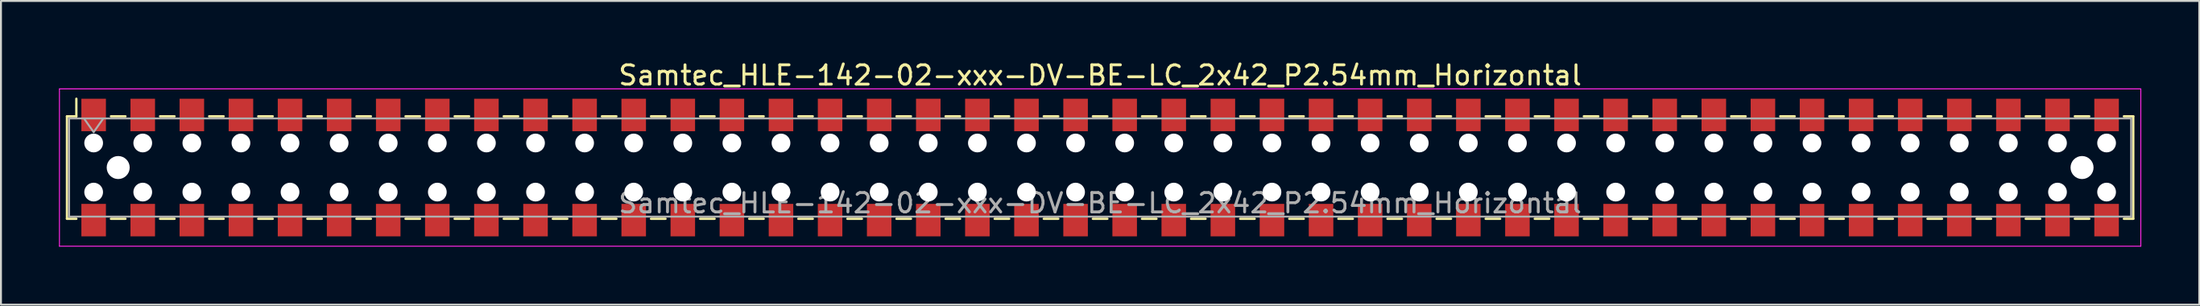
<source format=kicad_pcb>
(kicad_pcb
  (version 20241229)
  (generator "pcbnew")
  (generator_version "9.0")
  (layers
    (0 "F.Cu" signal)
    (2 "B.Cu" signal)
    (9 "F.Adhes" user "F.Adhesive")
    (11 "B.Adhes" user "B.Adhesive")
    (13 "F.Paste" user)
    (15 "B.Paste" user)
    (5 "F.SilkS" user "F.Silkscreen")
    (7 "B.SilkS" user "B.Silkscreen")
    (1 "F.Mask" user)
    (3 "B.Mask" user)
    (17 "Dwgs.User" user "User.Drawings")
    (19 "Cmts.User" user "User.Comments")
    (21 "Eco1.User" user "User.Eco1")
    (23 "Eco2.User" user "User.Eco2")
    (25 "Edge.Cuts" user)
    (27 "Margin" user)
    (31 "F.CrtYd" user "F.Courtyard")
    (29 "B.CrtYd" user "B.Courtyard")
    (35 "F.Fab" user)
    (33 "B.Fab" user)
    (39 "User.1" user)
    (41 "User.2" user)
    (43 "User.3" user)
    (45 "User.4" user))
  (footprint "Samtec_HLE-142-02-xxx-DV-BE-LC_2x42_P2.54mm_Horizontal"
    (layer "F.Cu")
    (at 53.865 5.618)
    (property "Reference" "Samtec_HLE-142-02-xxx-DV-BE-LC_2x42_P2.54mm_Horizontal" (at 0 -4.77 0) (layer "F.SilkS") (effects (font (size 1 1) (thickness 0.15))))
    (attr smd)
    (fp_line (start -53.45 -2.65) (end -53.45 2.65) (stroke (width 0.12) (type solid)) (layer "F.SilkS"))
    (fp_line (start -53.45 2.65) (end -52.965 2.65) (stroke (width 0.12) (type solid)) (layer "F.SilkS"))
    (fp_line (start -52.965 -3.56) (end -52.965 -2.65) (stroke (width 0.12) (type solid)) (layer "F.SilkS"))
    (fp_line (start -52.965 -2.65) (end -53.45 -2.65) (stroke (width 0.12) (type solid)) (layer "F.SilkS"))
    (fp_line (start -51.175 -2.65) (end -50.425 -2.65) (stroke (width 0.12) (type solid)) (layer "F.SilkS"))
    (fp_line (start -51.175 2.65) (end -50.425 2.65) (stroke (width 0.12) (type solid)) (layer "F.SilkS"))
    (fp_line (start -48.635 -2.65) (end -47.885 -2.65) (stroke (width 0.12) (type solid)) (layer "F.SilkS"))
    (fp_line (start -48.635 2.65) (end -47.885 2.65) (stroke (width 0.12) (type solid)) (layer "F.SilkS"))
    (fp_line (start -46.095 -2.65) (end -45.345 -2.65) (stroke (width 0.12) (type solid)) (layer "F.SilkS"))
    (fp_line (start -46.095 2.65) (end -45.345 2.65) (stroke (width 0.12) (type solid)) (layer "F.SilkS"))
    (fp_line (start -43.555 -2.65) (end -42.805 -2.65) (stroke (width 0.12) (type solid)) (layer "F.SilkS"))
    (fp_line (start -43.555 2.65) (end -42.805 2.65) (stroke (width 0.12) (type solid)) (layer "F.SilkS"))
    (fp_line (start -41.015 -2.65) (end -40.265 -2.65) (stroke (width 0.12) (type solid)) (layer "F.SilkS"))
    (fp_line (start -41.015 2.65) (end -40.265 2.65) (stroke (width 0.12) (type solid)) (layer "F.SilkS"))
    (fp_line (start -38.475 -2.65) (end -37.725 -2.65) (stroke (width 0.12) (type solid)) (layer "F.SilkS"))
    (fp_line (start -38.475 2.65) (end -37.725 2.65) (stroke (width 0.12) (type solid)) (layer "F.SilkS"))
    (fp_line (start -35.935 -2.65) (end -35.185 -2.65) (stroke (width 0.12) (type solid)) (layer "F.SilkS"))
    (fp_line (start -35.935 2.65) (end -35.185 2.65) (stroke (width 0.12) (type solid)) (layer "F.SilkS"))
    (fp_line (start -33.395 -2.65) (end -32.645 -2.65) (stroke (width 0.12) (type solid)) (layer "F.SilkS"))
    (fp_line (start -33.395 2.65) (end -32.645 2.65) (stroke (width 0.12) (type solid)) (layer "F.SilkS"))
    (fp_line (start -30.855 -2.65) (end -30.105 -2.65) (stroke (width 0.12) (type solid)) (layer "F.SilkS"))
    (fp_line (start -30.855 2.65) (end -30.105 2.65) (stroke (width 0.12) (type solid)) (layer "F.SilkS"))
    (fp_line (start -28.315 -2.65) (end -27.565 -2.65) (stroke (width 0.12) (type solid)) (layer "F.SilkS"))
    (fp_line (start -28.315 2.65) (end -27.565 2.65) (stroke (width 0.12) (type solid)) (layer "F.SilkS"))
    (fp_line (start -25.775 -2.65) (end -25.025 -2.65) (stroke (width 0.12) (type solid)) (layer "F.SilkS"))
    (fp_line (start -25.775 2.65) (end -25.025 2.65) (stroke (width 0.12) (type solid)) (layer "F.SilkS"))
    (fp_line (start -23.235 -2.65) (end -22.485 -2.65) (stroke (width 0.12) (type solid)) (layer "F.SilkS"))
    (fp_line (start -23.235 2.65) (end -22.485 2.65) (stroke (width 0.12) (type solid)) (layer "F.SilkS"))
    (fp_line (start -20.695 -2.65) (end -19.945 -2.65) (stroke (width 0.12) (type solid)) (layer "F.SilkS"))
    (fp_line (start -20.695 2.65) (end -19.945 2.65) (stroke (width 0.12) (type solid)) (layer "F.SilkS"))
    (fp_line (start -18.155 -2.65) (end -17.405 -2.65) (stroke (width 0.12) (type solid)) (layer "F.SilkS"))
    (fp_line (start -18.155 2.65) (end -17.405 2.65) (stroke (width 0.12) (type solid)) (layer "F.SilkS"))
    (fp_line (start -15.615 -2.65) (end -14.865 -2.65) (stroke (width 0.12) (type solid)) (layer "F.SilkS"))
    (fp_line (start -15.615 2.65) (end -14.865 2.65) (stroke (width 0.12) (type solid)) (layer "F.SilkS"))
    (fp_line (start -13.075 -2.65) (end -12.325 -2.65) (stroke (width 0.12) (type solid)) (layer "F.SilkS"))
    (fp_line (start -13.075 2.65) (end -12.325 2.65) (stroke (width 0.12) (type solid)) (layer "F.SilkS"))
    (fp_line (start -10.535 -2.65) (end -9.785 -2.65) (stroke (width 0.12) (type solid)) (layer "F.SilkS"))
    (fp_line (start -10.535 2.65) (end -9.785 2.65) (stroke (width 0.12) (type solid)) (layer "F.SilkS"))
    (fp_line (start -7.995 -2.65) (end -7.245 -2.65) (stroke (width 0.12) (type solid)) (layer "F.SilkS"))
    (fp_line (start -7.995 2.65) (end -7.245 2.65) (stroke (width 0.12) (type solid)) (layer "F.SilkS"))
    (fp_line (start -5.455 -2.65) (end -4.705 -2.65) (stroke (width 0.12) (type solid)) (layer "F.SilkS"))
    (fp_line (start -5.455 2.65) (end -4.705 2.65) (stroke (width 0.12) (type solid)) (layer "F.SilkS"))
    (fp_line (start -2.915 -2.65) (end -2.165 -2.65) (stroke (width 0.12) (type solid)) (layer "F.SilkS"))
    (fp_line (start -2.915 2.65) (end -2.165 2.65) (stroke (width 0.12) (type solid)) (layer "F.SilkS"))
    (fp_line (start -0.375 -2.65) (end 0.375 -2.65) (stroke (width 0.12) (type solid)) (layer "F.SilkS"))
    (fp_line (start -0.375 2.65) (end 0.375 2.65) (stroke (width 0.12) (type solid)) (layer "F.SilkS"))
    (fp_line (start 2.165 -2.65) (end 2.915 -2.65) (stroke (width 0.12) (type solid)) (layer "F.SilkS"))
    (fp_line (start 2.165 2.65) (end 2.915 2.65) (stroke (width 0.12) (type solid)) (layer "F.SilkS"))
    (fp_line (start 4.705 -2.65) (end 5.455 -2.65) (stroke (width 0.12) (type solid)) (layer "F.SilkS"))
    (fp_line (start 4.705 2.65) (end 5.455 2.65) (stroke (width 0.12) (type solid)) (layer "F.SilkS"))
    (fp_line (start 7.245 -2.65) (end 7.995 -2.65) (stroke (width 0.12) (type solid)) (layer "F.SilkS"))
    (fp_line (start 7.245 2.65) (end 7.995 2.65) (stroke (width 0.12) (type solid)) (layer "F.SilkS"))
    (fp_line (start 9.785 -2.65) (end 10.535 -2.65) (stroke (width 0.12) (type solid)) (layer "F.SilkS"))
    (fp_line (start 9.785 2.65) (end 10.535 2.65) (stroke (width 0.12) (type solid)) (layer "F.SilkS"))
    (fp_line (start 12.325 -2.65) (end 13.075 -2.65) (stroke (width 0.12) (type solid)) (layer "F.SilkS"))
    (fp_line (start 12.325 2.65) (end 13.075 2.65) (stroke (width 0.12) (type solid)) (layer "F.SilkS"))
    (fp_line (start 14.865 -2.65) (end 15.615 -2.65) (stroke (width 0.12) (type solid)) (layer "F.SilkS"))
    (fp_line (start 14.865 2.65) (end 15.615 2.65) (stroke (width 0.12) (type solid)) (layer "F.SilkS"))
    (fp_line (start 17.405 -2.65) (end 18.155 -2.65) (stroke (width 0.12) (type solid)) (layer "F.SilkS"))
    (fp_line (start 17.405 2.65) (end 18.155 2.65) (stroke (width 0.12) (type solid)) (layer "F.SilkS"))
    (fp_line (start 19.945 -2.65) (end 20.695 -2.65) (stroke (width 0.12) (type solid)) (layer "F.SilkS"))
    (fp_line (start 19.945 2.65) (end 20.695 2.65) (stroke (width 0.12) (type solid)) (layer "F.SilkS"))
    (fp_line (start 22.485 -2.65) (end 23.235 -2.65) (stroke (width 0.12) (type solid)) (layer "F.SilkS"))
    (fp_line (start 22.485 2.65) (end 23.235 2.65) (stroke (width 0.12) (type solid)) (layer "F.SilkS"))
    (fp_line (start 25.025 -2.65) (end 25.775 -2.65) (stroke (width 0.12) (type solid)) (layer "F.SilkS"))
    (fp_line (start 25.025 2.65) (end 25.775 2.65) (stroke (width 0.12) (type solid)) (layer "F.SilkS"))
    (fp_line (start 27.565 -2.65) (end 28.315 -2.65) (stroke (width 0.12) (type solid)) (layer "F.SilkS"))
    (fp_line (start 27.565 2.65) (end 28.315 2.65) (stroke (width 0.12) (type solid)) (layer "F.SilkS"))
    (fp_line (start 30.105 -2.65) (end 30.855 -2.65) (stroke (width 0.12) (type solid)) (layer "F.SilkS"))
    (fp_line (start 30.105 2.65) (end 30.855 2.65) (stroke (width 0.12) (type solid)) (layer "F.SilkS"))
    (fp_line (start 32.645 -2.65) (end 33.395 -2.65) (stroke (width 0.12) (type solid)) (layer "F.SilkS"))
    (fp_line (start 32.645 2.65) (end 33.395 2.65) (stroke (width 0.12) (type solid)) (layer "F.SilkS"))
    (fp_line (start 35.185 -2.65) (end 35.935 -2.65) (stroke (width 0.12) (type solid)) (layer "F.SilkS"))
    (fp_line (start 35.185 2.65) (end 35.935 2.65) (stroke (width 0.12) (type solid)) (layer "F.SilkS"))
    (fp_line (start 37.725 -2.65) (end 38.475 -2.65) (stroke (width 0.12) (type solid)) (layer "F.SilkS"))
    (fp_line (start 37.725 2.65) (end 38.475 2.65) (stroke (width 0.12) (type solid)) (layer "F.SilkS"))
    (fp_line (start 40.265 -2.65) (end 41.015 -2.65) (stroke (width 0.12) (type solid)) (layer "F.SilkS"))
    (fp_line (start 40.265 2.65) (end 41.015 2.65) (stroke (width 0.12) (type solid)) (layer "F.SilkS"))
    (fp_line (start 42.805 -2.65) (end 43.555 -2.65) (stroke (width 0.12) (type solid)) (layer "F.SilkS"))
    (fp_line (start 42.805 2.65) (end 43.555 2.65) (stroke (width 0.12) (type solid)) (layer "F.SilkS"))
    (fp_line (start 45.345 -2.65) (end 46.095 -2.65) (stroke (width 0.12) (type solid)) (layer "F.SilkS"))
    (fp_line (start 45.345 2.65) (end 46.095 2.65) (stroke (width 0.12) (type solid)) (layer "F.SilkS"))
    (fp_line (start 47.885 -2.65) (end 48.635 -2.65) (stroke (width 0.12) (type solid)) (layer "F.SilkS"))
    (fp_line (start 47.885 2.65) (end 48.635 2.65) (stroke (width 0.12) (type solid)) (layer "F.SilkS"))
    (fp_line (start 50.425 -2.65) (end 51.175 -2.65) (stroke (width 0.12) (type solid)) (layer "F.SilkS"))
    (fp_line (start 50.425 2.65) (end 51.175 2.65) (stroke (width 0.12) (type solid)) (layer "F.SilkS"))
    (fp_line (start 52.965 -2.65) (end 53.45 -2.65) (stroke (width 0.12) (type solid)) (layer "F.SilkS"))
    (fp_line (start 53.45 -2.65) (end 53.45 2.65) (stroke (width 0.12) (type solid)) (layer "F.SilkS"))
    (fp_line (start 53.45 2.65) (end 52.965 2.65) (stroke (width 0.12) (type solid)) (layer "F.SilkS"))
    (fp_line (start -53.84 -4.07) (end 53.84 -4.07) (stroke (width 0.05) (type solid)) (layer "F.CrtYd"))
    (fp_line (start -53.84 4.07) (end -53.84 -4.07) (stroke (width 0.05) (type solid)) (layer "F.CrtYd"))
    (fp_line (start 53.84 -4.07) (end 53.84 4.07) (stroke (width 0.05) (type solid)) (layer "F.CrtYd"))
    (fp_line (start 53.84 4.07) (end -53.84 4.07) (stroke (width 0.05) (type solid)) (layer "F.CrtYd"))
    (fp_line (start -53.34 -2.54) (end 53.34 -2.54) (stroke (width 0.1) (type solid)) (layer "F.Fab"))
    (fp_line (start -53.34 2.54) (end -53.34 -2.54) (stroke (width 0.1) (type solid)) (layer "F.Fab"))
    (fp_line (start -52.57 -2.54) (end -52.07 -1.833) (stroke (width 0.1) (type solid)) (layer "F.Fab"))
    (fp_line (start -52.07 -1.833) (end -51.57 -2.54) (stroke (width 0.1) (type solid)) (layer "F.Fab"))
    (fp_line (start 53.34 -2.54) (end 53.34 2.54) (stroke (width 0.1) (type solid)) (layer "F.Fab"))
    (fp_line (start 53.34 2.54) (end -53.34 2.54) (stroke (width 0.1) (type solid)) (layer "F.Fab"))
    (fp_text user "${REFERENCE}" (at 0 1.84 0) (layer "F.Fab") (effects (font (size 1 1) (thickness 0.15))))
    (pad "" np_thru_hole circle (at -52.07 -1.27) (size 0.97 0.97) (drill 0.97) (layers "*.Cu" "*.Mask"))
    (pad "" np_thru_hole circle (at -52.07 1.27) (size 0.97 0.97) (drill 0.97) (layers "*.Cu" "*.Mask"))
    (pad "" np_thru_hole circle (at -50.8 0) (size 1.19 1.19) (drill 1.19) (layers "*.Cu" "*.Mask"))
    (pad "" np_thru_hole circle (at -49.53 -1.27) (size 0.97 0.97) (drill 0.97) (layers "*.Cu" "*.Mask"))
    (pad "" np_thru_hole circle (at -49.53 1.27) (size 0.97 0.97) (drill 0.97) (layers "*.Cu" "*.Mask"))
    (pad "" np_thru_hole circle (at -46.99 -1.27) (size 0.97 0.97) (drill 0.97) (layers "*.Cu" "*.Mask"))
    (pad "" np_thru_hole circle (at -46.99 1.27) (size 0.97 0.97) (drill 0.97) (layers "*.Cu" "*.Mask"))
    (pad "" np_thru_hole circle (at -44.45 -1.27) (size 0.97 0.97) (drill 0.97) (layers "*.Cu" "*.Mask"))
    (pad "" np_thru_hole circle (at -44.45 1.27) (size 0.97 0.97) (drill 0.97) (layers "*.Cu" "*.Mask"))
    (pad "" np_thru_hole circle (at -41.91 -1.27) (size 0.97 0.97) (drill 0.97) (layers "*.Cu" "*.Mask"))
    (pad "" np_thru_hole circle (at -41.91 1.27) (size 0.97 0.97) (drill 0.97) (layers "*.Cu" "*.Mask"))
    (pad "" np_thru_hole circle (at -39.37 -1.27) (size 0.97 0.97) (drill 0.97) (layers "*.Cu" "*.Mask"))
    (pad "" np_thru_hole circle (at -39.37 1.27) (size 0.97 0.97) (drill 0.97) (layers "*.Cu" "*.Mask"))
    (pad "" np_thru_hole circle (at -36.83 -1.27) (size 0.97 0.97) (drill 0.97) (layers "*.Cu" "*.Mask"))
    (pad "" np_thru_hole circle (at -36.83 1.27) (size 0.97 0.97) (drill 0.97) (layers "*.Cu" "*.Mask"))
    (pad "" np_thru_hole circle (at -34.29 -1.27) (size 0.97 0.97) (drill 0.97) (layers "*.Cu" "*.Mask"))
    (pad "" np_thru_hole circle (at -34.29 1.27) (size 0.97 0.97) (drill 0.97) (layers "*.Cu" "*.Mask"))
    (pad "" np_thru_hole circle (at -31.75 -1.27) (size 0.97 0.97) (drill 0.97) (layers "*.Cu" "*.Mask"))
    (pad "" np_thru_hole circle (at -31.75 1.27) (size 0.97 0.97) (drill 0.97) (layers "*.Cu" "*.Mask"))
    (pad "" np_thru_hole circle (at -29.21 -1.27) (size 0.97 0.97) (drill 0.97) (layers "*.Cu" "*.Mask"))
    (pad "" np_thru_hole circle (at -29.21 1.27) (size 0.97 0.97) (drill 0.97) (layers "*.Cu" "*.Mask"))
    (pad "" np_thru_hole circle (at -26.67 -1.27) (size 0.97 0.97) (drill 0.97) (layers "*.Cu" "*.Mask"))
    (pad "" np_thru_hole circle (at -26.67 1.27) (size 0.97 0.97) (drill 0.97) (layers "*.Cu" "*.Mask"))
    (pad "" np_thru_hole circle (at -24.13 -1.27) (size 0.97 0.97) (drill 0.97) (layers "*.Cu" "*.Mask"))
    (pad "" np_thru_hole circle (at -24.13 1.27) (size 0.97 0.97) (drill 0.97) (layers "*.Cu" "*.Mask"))
    (pad "" np_thru_hole circle (at -21.59 -1.27) (size 0.97 0.97) (drill 0.97) (layers "*.Cu" "*.Mask"))
    (pad "" np_thru_hole circle (at -21.59 1.27) (size 0.97 0.97) (drill 0.97) (layers "*.Cu" "*.Mask"))
    (pad "" np_thru_hole circle (at -19.05 -1.27) (size 0.97 0.97) (drill 0.97) (layers "*.Cu" "*.Mask"))
    (pad "" np_thru_hole circle (at -19.05 1.27) (size 0.97 0.97) (drill 0.97) (layers "*.Cu" "*.Mask"))
    (pad "" np_thru_hole circle (at -16.51 -1.27) (size 0.97 0.97) (drill 0.97) (layers "*.Cu" "*.Mask"))
    (pad "" np_thru_hole circle (at -16.51 1.27) (size 0.97 0.97) (drill 0.97) (layers "*.Cu" "*.Mask"))
    (pad "" np_thru_hole circle (at -13.97 -1.27) (size 0.97 0.97) (drill 0.97) (layers "*.Cu" "*.Mask"))
    (pad "" np_thru_hole circle (at -13.97 1.27) (size 0.97 0.97) (drill 0.97) (layers "*.Cu" "*.Mask"))
    (pad "" np_thru_hole circle (at -11.43 -1.27) (size 0.97 0.97) (drill 0.97) (layers "*.Cu" "*.Mask"))
    (pad "" np_thru_hole circle (at -11.43 1.27) (size 0.97 0.97) (drill 0.97) (layers "*.Cu" "*.Mask"))
    (pad "" np_thru_hole circle (at -8.89 -1.27) (size 0.97 0.97) (drill 0.97) (layers "*.Cu" "*.Mask"))
    (pad "" np_thru_hole circle (at -8.89 1.27) (size 0.97 0.97) (drill 0.97) (layers "*.Cu" "*.Mask"))
    (pad "" np_thru_hole circle (at -6.35 -1.27) (size 0.97 0.97) (drill 0.97) (layers "*.Cu" "*.Mask"))
    (pad "" np_thru_hole circle (at -6.35 1.27) (size 0.97 0.97) (drill 0.97) (layers "*.Cu" "*.Mask"))
    (pad "" np_thru_hole circle (at -3.81 -1.27) (size 0.97 0.97) (drill 0.97) (layers "*.Cu" "*.Mask"))
    (pad "" np_thru_hole circle (at -3.81 1.27) (size 0.97 0.97) (drill 0.97) (layers "*.Cu" "*.Mask"))
    (pad "" np_thru_hole circle (at -1.27 -1.27) (size 0.97 0.97) (drill 0.97) (layers "*.Cu" "*.Mask"))
    (pad "" np_thru_hole circle (at -1.27 1.27) (size 0.97 0.97) (drill 0.97) (layers "*.Cu" "*.Mask"))
    (pad "" np_thru_hole circle (at 1.27 -1.27) (size 0.97 0.97) (drill 0.97) (layers "*.Cu" "*.Mask"))
    (pad "" np_thru_hole circle (at 1.27 1.27) (size 0.97 0.97) (drill 0.97) (layers "*.Cu" "*.Mask"))
    (pad "" np_thru_hole circle (at 3.81 -1.27) (size 0.97 0.97) (drill 0.97) (layers "*.Cu" "*.Mask"))
    (pad "" np_thru_hole circle (at 3.81 1.27) (size 0.97 0.97) (drill 0.97) (layers "*.Cu" "*.Mask"))
    (pad "" np_thru_hole circle (at 6.35 -1.27) (size 0.97 0.97) (drill 0.97) (layers "*.Cu" "*.Mask"))
    (pad "" np_thru_hole circle (at 6.35 1.27) (size 0.97 0.97) (drill 0.97) (layers "*.Cu" "*.Mask"))
    (pad "" np_thru_hole circle (at 8.89 -1.27) (size 0.97 0.97) (drill 0.97) (layers "*.Cu" "*.Mask"))
    (pad "" np_thru_hole circle (at 8.89 1.27) (size 0.97 0.97) (drill 0.97) (layers "*.Cu" "*.Mask"))
    (pad "" np_thru_hole circle (at 11.43 -1.27) (size 0.97 0.97) (drill 0.97) (layers "*.Cu" "*.Mask"))
    (pad "" np_thru_hole circle (at 11.43 1.27) (size 0.97 0.97) (drill 0.97) (layers "*.Cu" "*.Mask"))
    (pad "" np_thru_hole circle (at 13.97 -1.27) (size 0.97 0.97) (drill 0.97) (layers "*.Cu" "*.Mask"))
    (pad "" np_thru_hole circle (at 13.97 1.27) (size 0.97 0.97) (drill 0.97) (layers "*.Cu" "*.Mask"))
    (pad "" np_thru_hole circle (at 16.51 -1.27) (size 0.97 0.97) (drill 0.97) (layers "*.Cu" "*.Mask"))
    (pad "" np_thru_hole circle (at 16.51 1.27) (size 0.97 0.97) (drill 0.97) (layers "*.Cu" "*.Mask"))
    (pad "" np_thru_hole circle (at 19.05 -1.27) (size 0.97 0.97) (drill 0.97) (layers "*.Cu" "*.Mask"))
    (pad "" np_thru_hole circle (at 19.05 1.27) (size 0.97 0.97) (drill 0.97) (layers "*.Cu" "*.Mask"))
    (pad "" np_thru_hole circle (at 21.59 -1.27) (size 0.97 0.97) (drill 0.97) (layers "*.Cu" "*.Mask"))
    (pad "" np_thru_hole circle (at 21.59 1.27) (size 0.97 0.97) (drill 0.97) (layers "*.Cu" "*.Mask"))
    (pad "" np_thru_hole circle (at 24.13 -1.27) (size 0.97 0.97) (drill 0.97) (layers "*.Cu" "*.Mask"))
    (pad "" np_thru_hole circle (at 24.13 1.27) (size 0.97 0.97) (drill 0.97) (layers "*.Cu" "*.Mask"))
    (pad "" np_thru_hole circle (at 26.67 -1.27) (size 0.97 0.97) (drill 0.97) (layers "*.Cu" "*.Mask"))
    (pad "" np_thru_hole circle (at 26.67 1.27) (size 0.97 0.97) (drill 0.97) (layers "*.Cu" "*.Mask"))
    (pad "" np_thru_hole circle (at 29.21 -1.27) (size 0.97 0.97) (drill 0.97) (layers "*.Cu" "*.Mask"))
    (pad "" np_thru_hole circle (at 29.21 1.27) (size 0.97 0.97) (drill 0.97) (layers "*.Cu" "*.Mask"))
    (pad "" np_thru_hole circle (at 31.75 -1.27) (size 0.97 0.97) (drill 0.97) (layers "*.Cu" "*.Mask"))
    (pad "" np_thru_hole circle (at 31.75 1.27) (size 0.97 0.97) (drill 0.97) (layers "*.Cu" "*.Mask"))
    (pad "" np_thru_hole circle (at 34.29 -1.27) (size 0.97 0.97) (drill 0.97) (layers "*.Cu" "*.Mask"))
    (pad "" np_thru_hole circle (at 34.29 1.27) (size 0.97 0.97) (drill 0.97) (layers "*.Cu" "*.Mask"))
    (pad "" np_thru_hole circle (at 36.83 -1.27) (size 0.97 0.97) (drill 0.97) (layers "*.Cu" "*.Mask"))
    (pad "" np_thru_hole circle (at 36.83 1.27) (size 0.97 0.97) (drill 0.97) (layers "*.Cu" "*.Mask"))
    (pad "" np_thru_hole circle (at 39.37 -1.27) (size 0.97 0.97) (drill 0.97) (layers "*.Cu" "*.Mask"))
    (pad "" np_thru_hole circle (at 39.37 1.27) (size 0.97 0.97) (drill 0.97) (layers "*.Cu" "*.Mask"))
    (pad "" np_thru_hole circle (at 41.91 -1.27) (size 0.97 0.97) (drill 0.97) (layers "*.Cu" "*.Mask"))
    (pad "" np_thru_hole circle (at 41.91 1.27) (size 0.97 0.97) (drill 0.97) (layers "*.Cu" "*.Mask"))
    (pad "" np_thru_hole circle (at 44.45 -1.27) (size 0.97 0.97) (drill 0.97) (layers "*.Cu" "*.Mask"))
    (pad "" np_thru_hole circle (at 44.45 1.27) (size 0.97 0.97) (drill 0.97) (layers "*.Cu" "*.Mask"))
    (pad "" np_thru_hole circle (at 46.99 -1.27) (size 0.97 0.97) (drill 0.97) (layers "*.Cu" "*.Mask"))
    (pad "" np_thru_hole circle (at 46.99 1.27) (size 0.97 0.97) (drill 0.97) (layers "*.Cu" "*.Mask"))
    (pad "" np_thru_hole circle (at 49.53 -1.27) (size 0.97 0.97) (drill 0.97) (layers "*.Cu" "*.Mask"))
    (pad "" np_thru_hole circle (at 49.53 1.27) (size 0.97 0.97) (drill 0.97) (layers "*.Cu" "*.Mask"))
    (pad "" np_thru_hole circle (at 50.8 0) (size 1.19 1.19) (drill 1.19) (layers "*.Cu" "*.Mask"))
    (pad "" np_thru_hole circle (at 52.07 -1.27) (size 0.97 0.97) (drill 0.97) (layers "*.Cu" "*.Mask"))
    (pad "" np_thru_hole circle (at 52.07 1.27) (size 0.97 0.97) (drill 0.97) (layers "*.Cu" "*.Mask"))
    (pad "1" smd rect (at -52.07 -2.72) (size 1.27 1.68) (layers "F.Cu" "F.Mask" "F.Paste"))
    (pad "2" smd rect (at -52.07 2.72) (size 1.27 1.68) (layers "F.Cu" "F.Mask" "F.Paste"))
    (pad "3" smd rect (at -49.53 -2.72) (size 1.27 1.68) (layers "F.Cu" "F.Mask" "F.Paste"))
    (pad "4" smd rect (at -49.53 2.72) (size 1.27 1.68) (layers "F.Cu" "F.Mask" "F.Paste"))
    (pad "5" smd rect (at -46.99 -2.72) (size 1.27 1.68) (layers "F.Cu" "F.Mask" "F.Paste"))
    (pad "6" smd rect (at -46.99 2.72) (size 1.27 1.68) (layers "F.Cu" "F.Mask" "F.Paste"))
    (pad "7" smd rect (at -44.45 -2.72) (size 1.27 1.68) (layers "F.Cu" "F.Mask" "F.Paste"))
    (pad "8" smd rect (at -44.45 2.72) (size 1.27 1.68) (layers "F.Cu" "F.Mask" "F.Paste"))
    (pad "9" smd rect (at -41.91 -2.72) (size 1.27 1.68) (layers "F.Cu" "F.Mask" "F.Paste"))
    (pad "10" smd rect (at -41.91 2.72) (size 1.27 1.68) (layers "F.Cu" "F.Mask" "F.Paste"))
    (pad "11" smd rect (at -39.37 -2.72) (size 1.27 1.68) (layers "F.Cu" "F.Mask" "F.Paste"))
    (pad "12" smd rect (at -39.37 2.72) (size 1.27 1.68) (layers "F.Cu" "F.Mask" "F.Paste"))
    (pad "13" smd rect (at -36.83 -2.72) (size 1.27 1.68) (layers "F.Cu" "F.Mask" "F.Paste"))
    (pad "14" smd rect (at -36.83 2.72) (size 1.27 1.68) (layers "F.Cu" "F.Mask" "F.Paste"))
    (pad "15" smd rect (at -34.29 -2.72) (size 1.27 1.68) (layers "F.Cu" "F.Mask" "F.Paste"))
    (pad "16" smd rect (at -34.29 2.72) (size 1.27 1.68) (layers "F.Cu" "F.Mask" "F.Paste"))
    (pad "17" smd rect (at -31.75 -2.72) (size 1.27 1.68) (layers "F.Cu" "F.Mask" "F.Paste"))
    (pad "18" smd rect (at -31.75 2.72) (size 1.27 1.68) (layers "F.Cu" "F.Mask" "F.Paste"))
    (pad "19" smd rect (at -29.21 -2.72) (size 1.27 1.68) (layers "F.Cu" "F.Mask" "F.Paste"))
    (pad "20" smd rect (at -29.21 2.72) (size 1.27 1.68) (layers "F.Cu" "F.Mask" "F.Paste"))
    (pad "21" smd rect (at -26.67 -2.72) (size 1.27 1.68) (layers "F.Cu" "F.Mask" "F.Paste"))
    (pad "22" smd rect (at -26.67 2.72) (size 1.27 1.68) (layers "F.Cu" "F.Mask" "F.Paste"))
    (pad "23" smd rect (at -24.13 -2.72) (size 1.27 1.68) (layers "F.Cu" "F.Mask" "F.Paste"))
    (pad "24" smd rect (at -24.13 2.72) (size 1.27 1.68) (layers "F.Cu" "F.Mask" "F.Paste"))
    (pad "25" smd rect (at -21.59 -2.72) (size 1.27 1.68) (layers "F.Cu" "F.Mask" "F.Paste"))
    (pad "26" smd rect (at -21.59 2.72) (size 1.27 1.68) (layers "F.Cu" "F.Mask" "F.Paste"))
    (pad "27" smd rect (at -19.05 -2.72) (size 1.27 1.68) (layers "F.Cu" "F.Mask" "F.Paste"))
    (pad "28" smd rect (at -19.05 2.72) (size 1.27 1.68) (layers "F.Cu" "F.Mask" "F.Paste"))
    (pad "29" smd rect (at -16.51 -2.72) (size 1.27 1.68) (layers "F.Cu" "F.Mask" "F.Paste"))
    (pad "30" smd rect (at -16.51 2.72) (size 1.27 1.68) (layers "F.Cu" "F.Mask" "F.Paste"))
    (pad "31" smd rect (at -13.97 -2.72) (size 1.27 1.68) (layers "F.Cu" "F.Mask" "F.Paste"))
    (pad "32" smd rect (at -13.97 2.72) (size 1.27 1.68) (layers "F.Cu" "F.Mask" "F.Paste"))
    (pad "33" smd rect (at -11.43 -2.72) (size 1.27 1.68) (layers "F.Cu" "F.Mask" "F.Paste"))
    (pad "34" smd rect (at -11.43 2.72) (size 1.27 1.68) (layers "F.Cu" "F.Mask" "F.Paste"))
    (pad "35" smd rect (at -8.89 -2.72) (size 1.27 1.68) (layers "F.Cu" "F.Mask" "F.Paste"))
    (pad "36" smd rect (at -8.89 2.72) (size 1.27 1.68) (layers "F.Cu" "F.Mask" "F.Paste"))
    (pad "37" smd rect (at -6.35 -2.72) (size 1.27 1.68) (layers "F.Cu" "F.Mask" "F.Paste"))
    (pad "38" smd rect (at -6.35 2.72) (size 1.27 1.68) (layers "F.Cu" "F.Mask" "F.Paste"))
    (pad "39" smd rect (at -3.81 -2.72) (size 1.27 1.68) (layers "F.Cu" "F.Mask" "F.Paste"))
    (pad "40" smd rect (at -3.81 2.72) (size 1.27 1.68) (layers "F.Cu" "F.Mask" "F.Paste"))
    (pad "41" smd rect (at -1.27 -2.72) (size 1.27 1.68) (layers "F.Cu" "F.Mask" "F.Paste"))
    (pad "42" smd rect (at -1.27 2.72) (size 1.27 1.68) (layers "F.Cu" "F.Mask" "F.Paste"))
    (pad "43" smd rect (at 1.27 -2.72) (size 1.27 1.68) (layers "F.Cu" "F.Mask" "F.Paste"))
    (pad "44" smd rect (at 1.27 2.72) (size 1.27 1.68) (layers "F.Cu" "F.Mask" "F.Paste"))
    (pad "45" smd rect (at 3.81 -2.72) (size 1.27 1.68) (layers "F.Cu" "F.Mask" "F.Paste"))
    (pad "46" smd rect (at 3.81 2.72) (size 1.27 1.68) (layers "F.Cu" "F.Mask" "F.Paste"))
    (pad "47" smd rect (at 6.35 -2.72) (size 1.27 1.68) (layers "F.Cu" "F.Mask" "F.Paste"))
    (pad "48" smd rect (at 6.35 2.72) (size 1.27 1.68) (layers "F.Cu" "F.Mask" "F.Paste"))
    (pad "49" smd rect (at 8.89 -2.72) (size 1.27 1.68) (layers "F.Cu" "F.Mask" "F.Paste"))
    (pad "50" smd rect (at 8.89 2.72) (size 1.27 1.68) (layers "F.Cu" "F.Mask" "F.Paste"))
    (pad "51" smd rect (at 11.43 -2.72) (size 1.27 1.68) (layers "F.Cu" "F.Mask" "F.Paste"))
    (pad "52" smd rect (at 11.43 2.72) (size 1.27 1.68) (layers "F.Cu" "F.Mask" "F.Paste"))
    (pad "53" smd rect (at 13.97 -2.72) (size 1.27 1.68) (layers "F.Cu" "F.Mask" "F.Paste"))
    (pad "54" smd rect (at 13.97 2.72) (size 1.27 1.68) (layers "F.Cu" "F.Mask" "F.Paste"))
    (pad "55" smd rect (at 16.51 -2.72) (size 1.27 1.68) (layers "F.Cu" "F.Mask" "F.Paste"))
    (pad "56" smd rect (at 16.51 2.72) (size 1.27 1.68) (layers "F.Cu" "F.Mask" "F.Paste"))
    (pad "57" smd rect (at 19.05 -2.72) (size 1.27 1.68) (layers "F.Cu" "F.Mask" "F.Paste"))
    (pad "58" smd rect (at 19.05 2.72) (size 1.27 1.68) (layers "F.Cu" "F.Mask" "F.Paste"))
    (pad "59" smd rect (at 21.59 -2.72) (size 1.27 1.68) (layers "F.Cu" "F.Mask" "F.Paste"))
    (pad "60" smd rect (at 21.59 2.72) (size 1.27 1.68) (layers "F.Cu" "F.Mask" "F.Paste"))
    (pad "61" smd rect (at 24.13 -2.72) (size 1.27 1.68) (layers "F.Cu" "F.Mask" "F.Paste"))
    (pad "62" smd rect (at 24.13 2.72) (size 1.27 1.68) (layers "F.Cu" "F.Mask" "F.Paste"))
    (pad "63" smd rect (at 26.67 -2.72) (size 1.27 1.68) (layers "F.Cu" "F.Mask" "F.Paste"))
    (pad "64" smd rect (at 26.67 2.72) (size 1.27 1.68) (layers "F.Cu" "F.Mask" "F.Paste"))
    (pad "65" smd rect (at 29.21 -2.72) (size 1.27 1.68) (layers "F.Cu" "F.Mask" "F.Paste"))
    (pad "66" smd rect (at 29.21 2.72) (size 1.27 1.68) (layers "F.Cu" "F.Mask" "F.Paste"))
    (pad "67" smd rect (at 31.75 -2.72) (size 1.27 1.68) (layers "F.Cu" "F.Mask" "F.Paste"))
    (pad "68" smd rect (at 31.75 2.72) (size 1.27 1.68) (layers "F.Cu" "F.Mask" "F.Paste"))
    (pad "69" smd rect (at 34.29 -2.72) (size 1.27 1.68) (layers "F.Cu" "F.Mask" "F.Paste"))
    (pad "70" smd rect (at 34.29 2.72) (size 1.27 1.68) (layers "F.Cu" "F.Mask" "F.Paste"))
    (pad "71" smd rect (at 36.83 -2.72) (size 1.27 1.68) (layers "F.Cu" "F.Mask" "F.Paste"))
    (pad "72" smd rect (at 36.83 2.72) (size 1.27 1.68) (layers "F.Cu" "F.Mask" "F.Paste"))
    (pad "73" smd rect (at 39.37 -2.72) (size 1.27 1.68) (layers "F.Cu" "F.Mask" "F.Paste"))
    (pad "74" smd rect (at 39.37 2.72) (size 1.27 1.68) (layers "F.Cu" "F.Mask" "F.Paste"))
    (pad "75" smd rect (at 41.91 -2.72) (size 1.27 1.68) (layers "F.Cu" "F.Mask" "F.Paste"))
    (pad "76" smd rect (at 41.91 2.72) (size 1.27 1.68) (layers "F.Cu" "F.Mask" "F.Paste"))
    (pad "77" smd rect (at 44.45 -2.72) (size 1.27 1.68) (layers "F.Cu" "F.Mask" "F.Paste"))
    (pad "78" smd rect (at 44.45 2.72) (size 1.27 1.68) (layers "F.Cu" "F.Mask" "F.Paste"))
    (pad "79" smd rect (at 46.99 -2.72) (size 1.27 1.68) (layers "F.Cu" "F.Mask" "F.Paste"))
    (pad "80" smd rect (at 46.99 2.72) (size 1.27 1.68) (layers "F.Cu" "F.Mask" "F.Paste"))
    (pad "81" smd rect (at 49.53 -2.72) (size 1.27 1.68) (layers "F.Cu" "F.Mask" "F.Paste"))
    (pad "82" smd rect (at 49.53 2.72) (size 1.27 1.68) (layers "F.Cu" "F.Mask" "F.Paste"))
    (pad "83" smd rect (at 52.07 -2.72) (size 1.27 1.68) (layers "F.Cu" "F.Mask" "F.Paste"))
    (pad "84" smd rect (at 52.07 2.72) (size 1.27 1.68) (layers "F.Cu" "F.Mask" "F.Paste")))
  (gr_rect
    (start -3 -3)
    (end 110.73 12.713)
    (stroke (width 0.1) (type default))
    (fill no)
    (layer "Edge.Cuts")))
</source>
